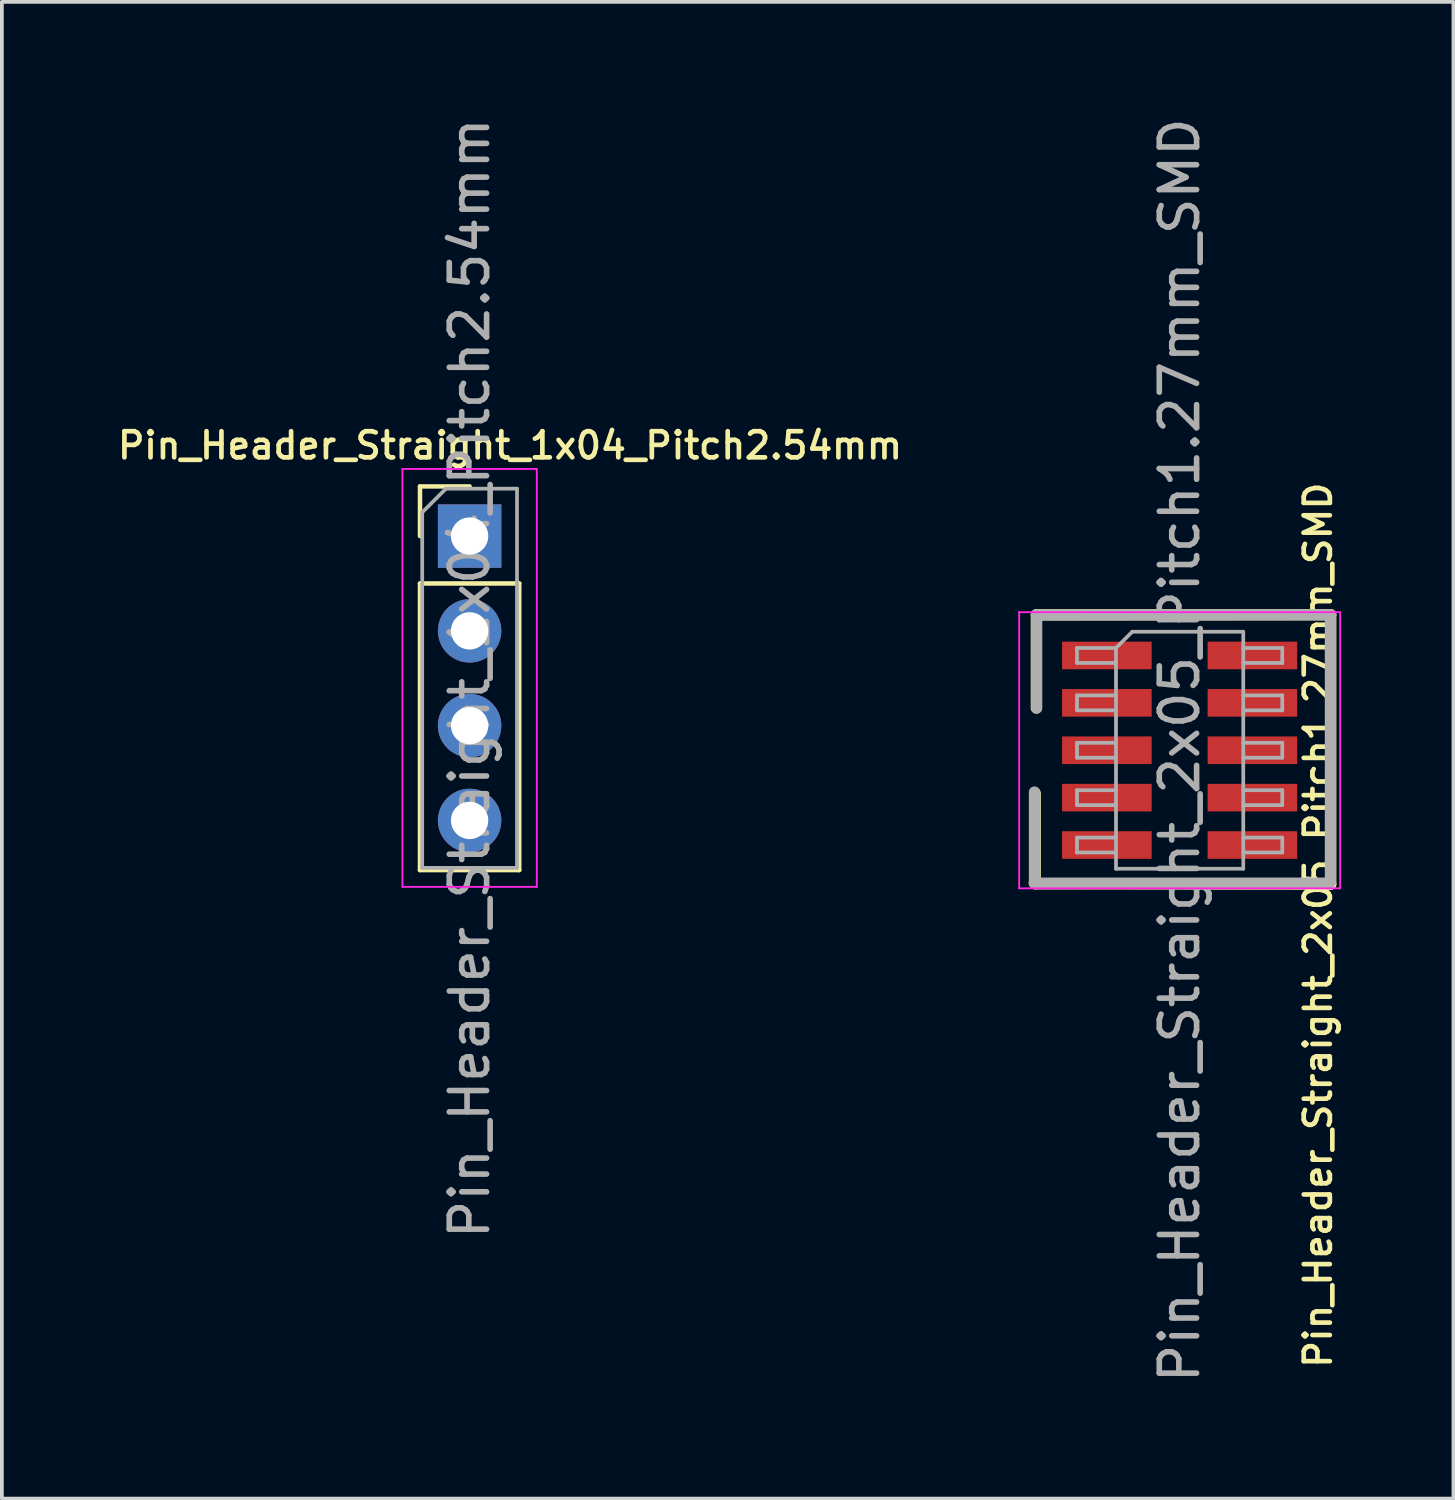
<source format=kicad_pcb>
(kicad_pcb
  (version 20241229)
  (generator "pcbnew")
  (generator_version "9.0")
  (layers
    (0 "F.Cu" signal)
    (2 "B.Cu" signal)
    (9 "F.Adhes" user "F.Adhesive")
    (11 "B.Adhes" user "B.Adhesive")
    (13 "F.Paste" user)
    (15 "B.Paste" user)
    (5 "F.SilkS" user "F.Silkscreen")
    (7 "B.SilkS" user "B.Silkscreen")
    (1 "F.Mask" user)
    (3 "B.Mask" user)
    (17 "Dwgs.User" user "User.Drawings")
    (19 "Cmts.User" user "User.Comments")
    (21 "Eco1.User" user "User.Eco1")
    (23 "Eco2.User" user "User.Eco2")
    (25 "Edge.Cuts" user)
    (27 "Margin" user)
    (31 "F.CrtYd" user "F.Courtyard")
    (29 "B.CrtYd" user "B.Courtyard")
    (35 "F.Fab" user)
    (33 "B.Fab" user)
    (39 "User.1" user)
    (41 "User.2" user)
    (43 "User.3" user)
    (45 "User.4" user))
  (footprint "Pin_Header_Straight_2x05_Pitch1.27mm_SMD"
    (layer "F.Cu")
    (at 28.56 17.054)
    (property "Reference" "Pin_Header_Straight_2x05_Pitch1.27mm_SMD" (at 3.708 4.687 90) (layer "F.SilkS") (effects (font (size 0.7 0.7) (thickness 0.125))))
    (attr smd)
    (fp_line (start -3.87 3.58) (end -3.87 1.15) (stroke (width 0.3) (type solid)) (layer "F.SilkS"))
    (fp_line (start -3.84 -3.63) (end 4.05 -3.63) (stroke (width 0.3) (type solid)) (layer "F.SilkS"))
    (fp_line (start -3.84 -1.13) (end -3.84 -3.63) (stroke (width 0.3) (type solid)) (layer "F.SilkS"))
    (fp_line (start 4.05 -3.63) (end 4.05 3.59) (stroke (width 0.3) (type solid)) (layer "F.SilkS"))
    (fp_line (start 4.05 3.59) (end -3.87 3.58) (stroke (width 0.3) (type solid)) (layer "F.SilkS"))
    (fp_line (start -4.3 -3.7) (end -4.3 3.7) (stroke (width 0.05) (type solid)) (layer "F.CrtYd"))
    (fp_line (start -4.3 3.7) (end 4.3 3.7) (stroke (width 0.05) (type solid)) (layer "F.CrtYd"))
    (fp_line (start 4.3 -3.7) (end -4.3 -3.7) (stroke (width 0.05) (type solid)) (layer "F.CrtYd"))
    (fp_line (start 4.3 3.7) (end 4.3 -3.7) (stroke (width 0.05) (type solid)) (layer "F.CrtYd"))
    (fp_line (start -3.89 3.52) (end -3.89 1.12) (stroke (width 0.3) (type solid)) (layer "F.Fab"))
    (fp_line (start -3.83 -3.62) (end 4.04 -3.63) (stroke (width 0.3) (type solid)) (layer "F.Fab"))
    (fp_line (start -3.83 -1.13) (end -3.83 -3.62) (stroke (width 0.3) (type solid)) (layer "F.Fab"))
    (fp_line (start -2.75 -2.74) (end -2.75 -2.34) (stroke (width 0.1) (type solid)) (layer "F.Fab"))
    (fp_line (start -2.75 -2.34) (end -1.705 -2.34) (stroke (width 0.1) (type solid)) (layer "F.Fab"))
    (fp_line (start -2.75 -1.47) (end -2.75 -1.07) (stroke (width 0.1) (type solid)) (layer "F.Fab"))
    (fp_line (start -2.75 -1.07) (end -1.705 -1.07) (stroke (width 0.1) (type solid)) (layer "F.Fab"))
    (fp_line (start -2.75 -0.2) (end -2.75 0.2) (stroke (width 0.1) (type solid)) (layer "F.Fab"))
    (fp_line (start -2.75 0.2) (end -1.705 0.2) (stroke (width 0.1) (type solid)) (layer "F.Fab"))
    (fp_line (start -2.75 1.07) (end -2.75 1.47) (stroke (width 0.1) (type solid)) (layer "F.Fab"))
    (fp_line (start -2.75 1.47) (end -1.705 1.47) (stroke (width 0.1) (type solid)) (layer "F.Fab"))
    (fp_line (start -2.75 2.34) (end -2.75 2.74) (stroke (width 0.1) (type solid)) (layer "F.Fab"))
    (fp_line (start -2.75 2.74) (end -1.705 2.74) (stroke (width 0.1) (type solid)) (layer "F.Fab"))
    (fp_line (start -1.705 -2.74) (end -2.75 -2.74) (stroke (width 0.1) (type solid)) (layer "F.Fab"))
    (fp_line (start -1.705 -2.74) (end -1.27 -3.175) (stroke (width 0.1) (type solid)) (layer "F.Fab"))
    (fp_line (start -1.705 -1.47) (end -2.75 -1.47) (stroke (width 0.1) (type solid)) (layer "F.Fab"))
    (fp_line (start -1.705 -0.2) (end -2.75 -0.2) (stroke (width 0.1) (type solid)) (layer "F.Fab"))
    (fp_line (start -1.705 1.07) (end -2.75 1.07) (stroke (width 0.1) (type solid)) (layer "F.Fab"))
    (fp_line (start -1.705 2.34) (end -2.75 2.34) (stroke (width 0.1) (type solid)) (layer "F.Fab"))
    (fp_line (start -1.705 3.175) (end -1.705 -2.74) (stroke (width 0.1) (type solid)) (layer "F.Fab"))
    (fp_line (start -1.27 -3.175) (end 1.705 -3.175) (stroke (width 0.1) (type solid)) (layer "F.Fab"))
    (fp_line (start 1.705 -3.175) (end 1.705 3.175) (stroke (width 0.1) (type solid)) (layer "F.Fab"))
    (fp_line (start 1.705 -2.74) (end 2.75 -2.74) (stroke (width 0.1) (type solid)) (layer "F.Fab"))
    (fp_line (start 1.705 -1.47) (end 2.75 -1.47) (stroke (width 0.1) (type solid)) (layer "F.Fab"))
    (fp_line (start 1.705 -0.2) (end 2.75 -0.2) (stroke (width 0.1) (type solid)) (layer "F.Fab"))
    (fp_line (start 1.705 1.07) (end 2.75 1.07) (stroke (width 0.1) (type solid)) (layer "F.Fab"))
    (fp_line (start 1.705 2.34) (end 2.75 2.34) (stroke (width 0.1) (type solid)) (layer "F.Fab"))
    (fp_line (start 1.705 3.175) (end -1.705 3.175) (stroke (width 0.1) (type solid)) (layer "F.Fab"))
    (fp_line (start 2.75 -2.74) (end 2.75 -2.34) (stroke (width 0.1) (type solid)) (layer "F.Fab"))
    (fp_line (start 2.75 -2.34) (end 1.705 -2.34) (stroke (width 0.1) (type solid)) (layer "F.Fab"))
    (fp_line (start 2.75 -1.47) (end 2.75 -1.07) (stroke (width 0.1) (type solid)) (layer "F.Fab"))
    (fp_line (start 2.75 -1.07) (end 1.705 -1.07) (stroke (width 0.1) (type solid)) (layer "F.Fab"))
    (fp_line (start 2.75 -0.2) (end 2.75 0.2) (stroke (width 0.1) (type solid)) (layer "F.Fab"))
    (fp_line (start 2.75 0.2) (end 1.705 0.2) (stroke (width 0.1) (type solid)) (layer "F.Fab"))
    (fp_line (start 2.75 1.07) (end 2.75 1.47) (stroke (width 0.1) (type solid)) (layer "F.Fab"))
    (fp_line (start 2.75 1.47) (end 1.705 1.47) (stroke (width 0.1) (type solid)) (layer "F.Fab"))
    (fp_line (start 2.75 2.34) (end 2.75 2.74) (stroke (width 0.1) (type solid)) (layer "F.Fab"))
    (fp_line (start 2.75 2.74) (end 1.705 2.74) (stroke (width 0.1) (type solid)) (layer "F.Fab"))
    (fp_line (start 4.03 3.56) (end -3.9 3.56) (stroke (width 0.3) (type solid)) (layer "F.Fab"))
    (fp_line (start 4.04 -3.63) (end 4.04 3.52) (stroke (width 0.3) (type solid)) (layer "F.Fab"))
    (fp_text user "${REFERENCE}" (at 0 0 90) (layer "F.Fab") (effects (font (size 1 1) (thickness 0.15))))
    (pad "1" smd rect (at -1.95 -2.54) (size 2.4 0.74) (layers "F.Cu" "F.Mask" "F.Paste"))
    (pad "2" smd rect (at 1.95 -2.54) (size 2.4 0.74) (layers "F.Cu" "F.Mask" "F.Paste"))
    (pad "3" smd rect (at -1.95 -1.27) (size 2.4 0.74) (layers "F.Cu" "F.Mask" "F.Paste"))
    (pad "4" smd rect (at 1.95 -1.27) (size 2.4 0.74) (layers "F.Cu" "F.Mask" "F.Paste"))
    (pad "5" smd rect (at -1.95 0) (size 2.4 0.74) (layers "F.Cu" "F.Mask" "F.Paste"))
    (pad "6" smd rect (at 1.95 0) (size 2.4 0.74) (layers "F.Cu" "F.Mask" "F.Paste"))
    (pad "7" smd rect (at -1.95 1.27) (size 2.4 0.74) (layers "F.Cu" "F.Mask" "F.Paste"))
    (pad "8" smd rect (at 1.95 1.27) (size 2.4 0.74) (layers "F.Cu" "F.Mask" "F.Paste"))
    (pad "9" smd rect (at -1.95 2.54) (size 2.4 0.74) (layers "F.Cu" "F.Mask" "F.Paste"))
    (pad "10" smd rect (at 1.95 2.54) (size 2.4 0.74) (layers "F.Cu" "F.Mask" "F.Paste")))
  (footprint "Pin_Header_Straight_1x04_Pitch2.54mm"
    (layer "F.Cu")
    (at 9.534 11.315)
    (property "Reference" "Pin_Header_Straight_1x04_Pitch2.54mm" (at 1.083 -2.428 0) (layer "F.SilkS") (effects (font (size 0.7 0.7) (thickness 0.125))))
    (attr through_hole)
    (fp_line (start -1.33 -1.33) (end 0 -1.33) (stroke (width 0.12) (type solid)) (layer "F.SilkS"))
    (fp_line (start -1.33 0) (end -1.33 -1.33) (stroke (width 0.12) (type solid)) (layer "F.SilkS"))
    (fp_line (start -1.33 1.27) (end -1.33 8.95) (stroke (width 0.12) (type solid)) (layer "F.SilkS"))
    (fp_line (start -1.33 1.27) (end 1.33 1.27) (stroke (width 0.12) (type solid)) (layer "F.SilkS"))
    (fp_line (start -1.33 8.95) (end 1.33 8.95) (stroke (width 0.12) (type solid)) (layer "F.SilkS"))
    (fp_line (start 1.33 1.27) (end 1.33 8.95) (stroke (width 0.12) (type solid)) (layer "F.SilkS"))
    (fp_line (start -1.8 -1.8) (end -1.8 9.4) (stroke (width 0.05) (type solid)) (layer "F.CrtYd"))
    (fp_line (start -1.8 9.4) (end 1.8 9.4) (stroke (width 0.05) (type solid)) (layer "F.CrtYd"))
    (fp_line (start 1.8 -1.8) (end -1.8 -1.8) (stroke (width 0.05) (type solid)) (layer "F.CrtYd"))
    (fp_line (start 1.8 9.4) (end 1.8 -1.8) (stroke (width 0.05) (type solid)) (layer "F.CrtYd"))
    (fp_line (start -1.27 -0.635) (end -0.635 -1.27) (stroke (width 0.1) (type solid)) (layer "F.Fab"))
    (fp_line (start -1.27 8.89) (end -1.27 -0.635) (stroke (width 0.1) (type solid)) (layer "F.Fab"))
    (fp_line (start -0.635 -1.27) (end 1.27 -1.27) (stroke (width 0.1) (type solid)) (layer "F.Fab"))
    (fp_line (start 1.27 -1.27) (end 1.27 8.89) (stroke (width 0.1) (type solid)) (layer "F.Fab"))
    (fp_line (start 1.27 8.89) (end -1.27 8.89) (stroke (width 0.1) (type solid)) (layer "F.Fab"))
    (fp_text user "${REFERENCE}" (at 0 3.81 90) (layer "F.Fab") (effects (font (size 1 1) (thickness 0.15))))
    (pad "1" thru_hole rect (at 0 0) (size 1.7 1.7) (drill 1) (layers "*.Cu" "*.Mask"))
    (pad "2" thru_hole oval (at 0 2.54) (size 1.7 1.7) (drill 1) (layers "*.Cu" "*.Mask"))
    (pad "3" thru_hole oval (at 0 5.08) (size 1.7 1.7) (drill 1) (layers "*.Cu" "*.Mask"))
    (pad "4" thru_hole oval (at 0 7.62) (size 1.7 1.7) (drill 1) (layers "*.Cu" "*.Mask")))
  (gr_rect
    (start -3 -3)
    (end 35.897 37.107)
    (stroke (width 0.1) (type default))
    (fill no)
    (layer "Edge.Cuts")))
</source>
